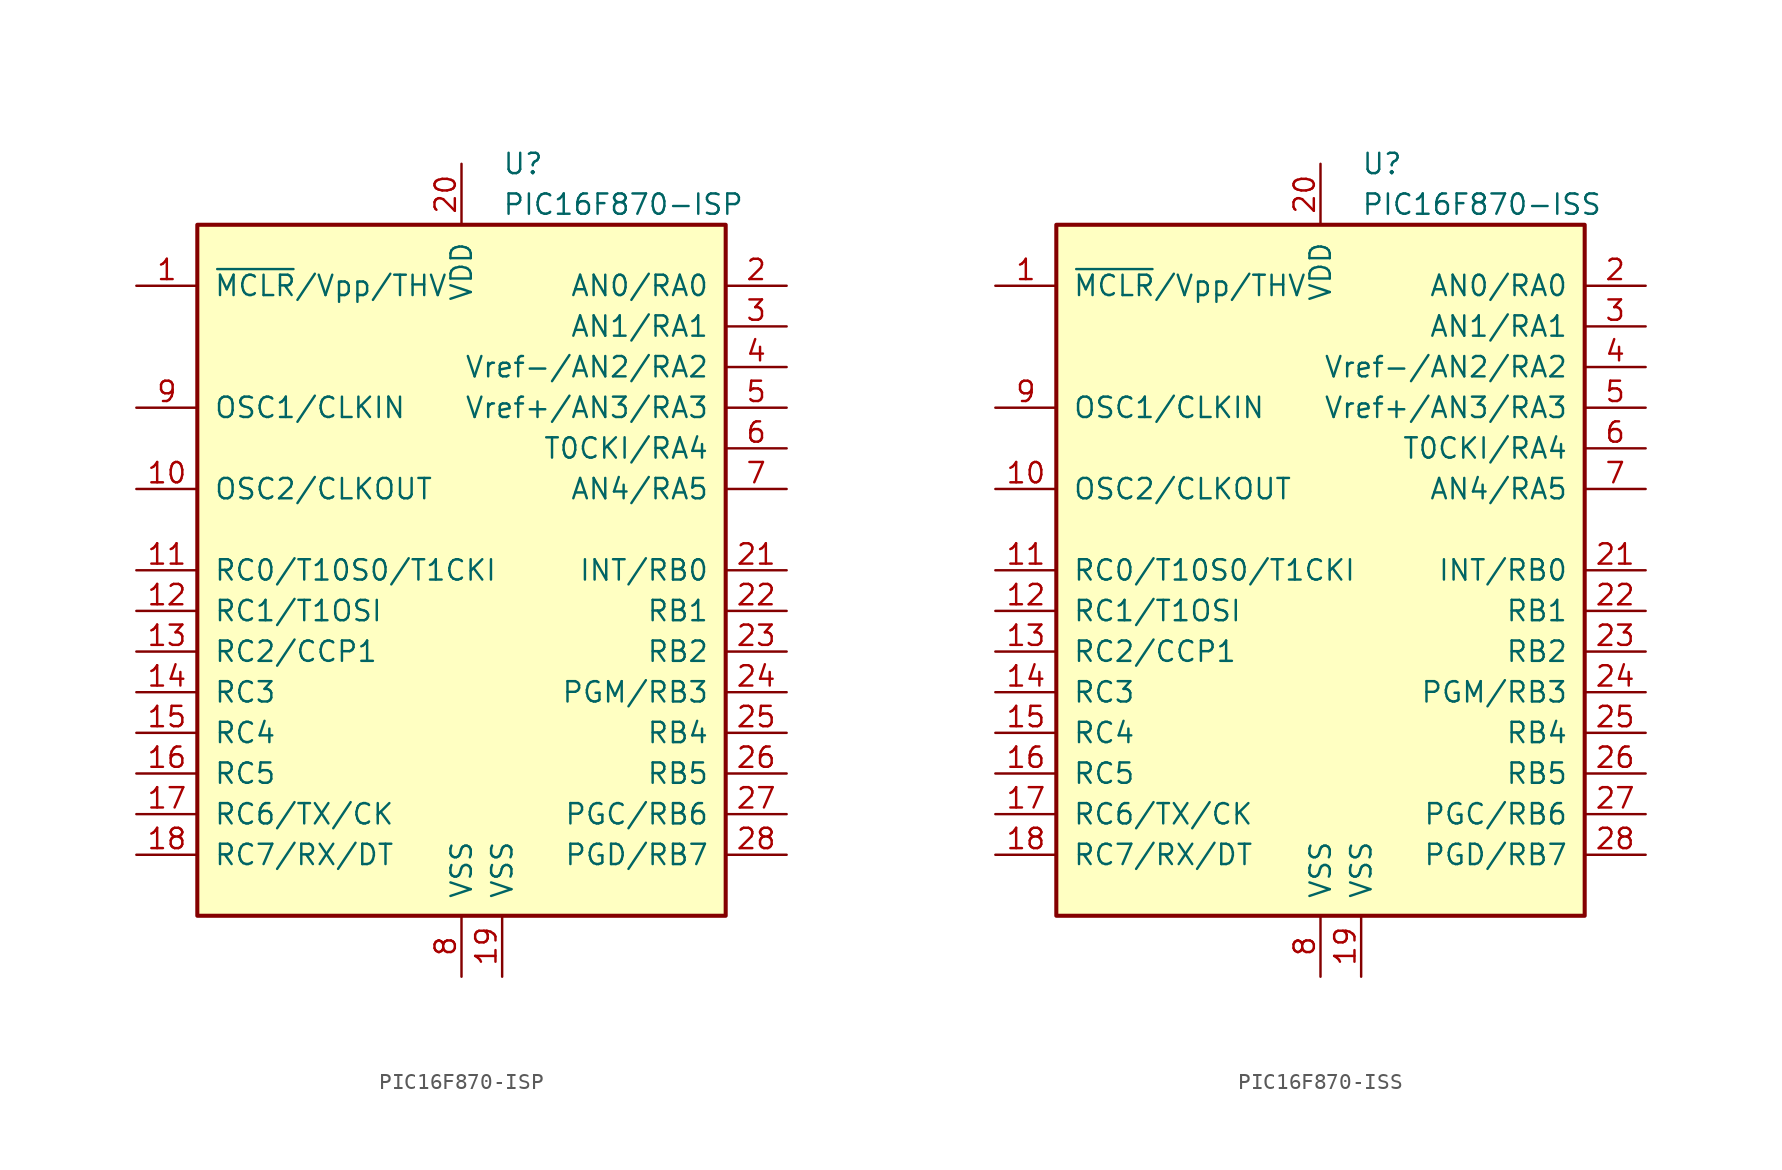
<source format=kicad_sym>
(kicad_symbol_lib
  (version 20241209)
  (generator "kicad_symbol_editor")
  (generator_version "9.0")
  (symbol "PIC16F870-ISP"
    (pin_names
      (offset 1.016))
    (property "Reference" "U"
      (at 2.54 25.4 0)
      (effects (font (size 1.27 1.27)) (justify left)))
    (property "Value" "PIC16F870-ISP"
      (at 2.54 22.86 0)
      (effects (font (size 1.27 1.27)) (justify left)))
    (symbol "PIC16F870-ISP_0_1"
      (rectangle (start -16.51 -21.59) (end 16.51 21.59) (stroke (width 0.254) (type default)) (fill (type background))))
    (symbol "PIC16F870-ISP_1_1"
      (pin input line (at -20.32 17.78 0) (length 3.81) (name "~{MCLR}/Vpp/THV" (effects (font (size 1.27 1.27)))) (number "1" (effects (font (size 1.27 1.27)))))
      (pin input line (at -20.32 10.16 0) (length 3.81) (name "OSC1/CLKIN" (effects (font (size 1.27 1.27)))) (number "9" (effects (font (size 1.27 1.27)))))
      (pin output line (at -20.32 5.08 0) (length 3.81) (name "OSC2/CLKOUT" (effects (font (size 1.27 1.27)))) (number "10" (effects (font (size 1.27 1.27)))))
      (pin bidirectional line (at -20.32 0 0) (length 3.81) (name "RC0/T10S0/T1CKI" (effects (font (size 1.27 1.27)))) (number "11" (effects (font (size 1.27 1.27)))))
      (pin bidirectional line (at -20.32 -2.54 0) (length 3.81) (name "RC1/T1OSI" (effects (font (size 1.27 1.27)))) (number "12" (effects (font (size 1.27 1.27)))))
      (pin bidirectional line (at -20.32 -5.08 0) (length 3.81) (name "RC2/CCP1" (effects (font (size 1.27 1.27)))) (number "13" (effects (font (size 1.27 1.27)))))
      (pin bidirectional line (at -20.32 -7.62 0) (length 3.81) (name "RC3" (effects (font (size 1.27 1.27)))) (number "14" (effects (font (size 1.27 1.27)))))
      (pin bidirectional line (at -20.32 -10.16 0) (length 3.81) (name "RC4" (effects (font (size 1.27 1.27)))) (number "15" (effects (font (size 1.27 1.27)))))
      (pin bidirectional line (at -20.32 -12.7 0) (length 3.81) (name "RC5" (effects (font (size 1.27 1.27)))) (number "16" (effects (font (size 1.27 1.27)))))
      (pin bidirectional line (at -20.32 -15.24 0) (length 3.81) (name "RC6/TX/CK" (effects (font (size 1.27 1.27)))) (number "17" (effects (font (size 1.27 1.27)))))
      (pin bidirectional line (at -20.32 -17.78 0) (length 3.81) (name "RC7/RX/DT" (effects (font (size 1.27 1.27)))) (number "18" (effects (font (size 1.27 1.27)))))
      (pin power_in line (at 0 25.4 270) (length 3.81) (name "VDD" (effects (font (size 1.27 1.27)))) (number "20" (effects (font (size 1.27 1.27)))))
      (pin power_in line (at 0 -25.4 90) (length 3.81) (name "VSS" (effects (font (size 1.27 1.27)))) (number "8" (effects (font (size 1.27 1.27)))))
      (pin power_in line (at 2.54 -25.4 90) (length 3.81) (name "VSS" (effects (font (size 1.27 1.27)))) (number "19" (effects (font (size 1.27 1.27)))))
      (pin bidirectional line (at 20.32 17.78 180) (length 3.81) (name "AN0/RA0" (effects (font (size 1.27 1.27)))) (number "2" (effects (font (size 1.27 1.27)))))
      (pin bidirectional line (at 20.32 15.24 180) (length 3.81) (name "AN1/RA1" (effects (font (size 1.27 1.27)))) (number "3" (effects (font (size 1.27 1.27)))))
      (pin bidirectional line (at 20.32 12.7 180) (length 3.81) (name "Vref-/AN2/RA2" (effects (font (size 1.27 1.27)))) (number "4" (effects (font (size 1.27 1.27)))))
      (pin bidirectional line (at 20.32 10.16 180) (length 3.81) (name "Vref+/AN3/RA3" (effects (font (size 1.27 1.27)))) (number "5" (effects (font (size 1.27 1.27)))))
      (pin bidirectional line (at 20.32 7.62 180) (length 3.81) (name "T0CKI/RA4" (effects (font (size 1.27 1.27)))) (number "6" (effects (font (size 1.27 1.27)))))
      (pin bidirectional line (at 20.32 5.08 180) (length 3.81) (name "AN4/RA5" (effects (font (size 1.27 1.27)))) (number "7" (effects (font (size 1.27 1.27)))))
      (pin bidirectional line (at 20.32 0 180) (length 3.81) (name "INT/RB0" (effects (font (size 1.27 1.27)))) (number "21" (effects (font (size 1.27 1.27)))))
      (pin bidirectional line (at 20.32 -2.54 180) (length 3.81) (name "RB1" (effects (font (size 1.27 1.27)))) (number "22" (effects (font (size 1.27 1.27)))))
      (pin bidirectional line (at 20.32 -5.08 180) (length 3.81) (name "RB2" (effects (font (size 1.27 1.27)))) (number "23" (effects (font (size 1.27 1.27)))))
      (pin bidirectional line (at 20.32 -7.62 180) (length 3.81) (name "PGM/RB3" (effects (font (size 1.27 1.27)))) (number "24" (effects (font (size 1.27 1.27)))))
      (pin bidirectional line (at 20.32 -10.16 180) (length 3.81) (name "RB4" (effects (font (size 1.27 1.27)))) (number "25" (effects (font (size 1.27 1.27)))))
      (pin bidirectional line (at 20.32 -12.7 180) (length 3.81) (name "RB5" (effects (font (size 1.27 1.27)))) (number "26" (effects (font (size 1.27 1.27)))))
      (pin bidirectional line (at 20.32 -15.24 180) (length 3.81) (name "PGC/RB6" (effects (font (size 1.27 1.27)))) (number "27" (effects (font (size 1.27 1.27)))))
      (pin bidirectional line (at 20.32 -17.78 180) (length 3.81) (name "PGD/RB7" (effects (font (size 1.27 1.27)))) (number "28" (effects (font (size 1.27 1.27)))))))
  (symbol "PIC16F870-ISS"
    (pin_names
      (offset 1.016))
    (property "Reference" "U"
      (at 2.54 25.4 0)
      (effects (font (size 1.27 1.27)) (justify left)))
    (property "Value" "PIC16F870-ISS"
      (at 2.54 22.86 0)
      (effects (font (size 1.27 1.27)) (justify left)))
    (symbol "PIC16F870-ISS_0_1"
      (rectangle (start -16.51 -21.59) (end 16.51 21.59) (stroke (width 0.254) (type default)) (fill (type background))))
    (symbol "PIC16F870-ISS_1_1"
      (pin input line (at -20.32 17.78 0) (length 3.81) (name "~{MCLR}/Vpp/THV" (effects (font (size 1.27 1.27)))) (number "1" (effects (font (size 1.27 1.27)))))
      (pin input line (at -20.32 10.16 0) (length 3.81) (name "OSC1/CLKIN" (effects (font (size 1.27 1.27)))) (number "9" (effects (font (size 1.27 1.27)))))
      (pin output line (at -20.32 5.08 0) (length 3.81) (name "OSC2/CLKOUT" (effects (font (size 1.27 1.27)))) (number "10" (effects (font (size 1.27 1.27)))))
      (pin bidirectional line (at -20.32 0 0) (length 3.81) (name "RC0/T10S0/T1CKI" (effects (font (size 1.27 1.27)))) (number "11" (effects (font (size 1.27 1.27)))))
      (pin bidirectional line (at -20.32 -2.54 0) (length 3.81) (name "RC1/T1OSI" (effects (font (size 1.27 1.27)))) (number "12" (effects (font (size 1.27 1.27)))))
      (pin bidirectional line (at -20.32 -5.08 0) (length 3.81) (name "RC2/CCP1" (effects (font (size 1.27 1.27)))) (number "13" (effects (font (size 1.27 1.27)))))
      (pin bidirectional line (at -20.32 -7.62 0) (length 3.81) (name "RC3" (effects (font (size 1.27 1.27)))) (number "14" (effects (font (size 1.27 1.27)))))
      (pin bidirectional line (at -20.32 -10.16 0) (length 3.81) (name "RC4" (effects (font (size 1.27 1.27)))) (number "15" (effects (font (size 1.27 1.27)))))
      (pin bidirectional line (at -20.32 -12.7 0) (length 3.81) (name "RC5" (effects (font (size 1.27 1.27)))) (number "16" (effects (font (size 1.27 1.27)))))
      (pin bidirectional line (at -20.32 -15.24 0) (length 3.81) (name "RC6/TX/CK" (effects (font (size 1.27 1.27)))) (number "17" (effects (font (size 1.27 1.27)))))
      (pin bidirectional line (at -20.32 -17.78 0) (length 3.81) (name "RC7/RX/DT" (effects (font (size 1.27 1.27)))) (number "18" (effects (font (size 1.27 1.27)))))
      (pin power_in line (at 0 25.4 270) (length 3.81) (name "VDD" (effects (font (size 1.27 1.27)))) (number "20" (effects (font (size 1.27 1.27)))))
      (pin power_in line (at 0 -25.4 90) (length 3.81) (name "VSS" (effects (font (size 1.27 1.27)))) (number "8" (effects (font (size 1.27 1.27)))))
      (pin power_in line (at 2.54 -25.4 90) (length 3.81) (name "VSS" (effects (font (size 1.27 1.27)))) (number "19" (effects (font (size 1.27 1.27)))))
      (pin bidirectional line (at 20.32 17.78 180) (length 3.81) (name "AN0/RA0" (effects (font (size 1.27 1.27)))) (number "2" (effects (font (size 1.27 1.27)))))
      (pin bidirectional line (at 20.32 15.24 180) (length 3.81) (name "AN1/RA1" (effects (font (size 1.27 1.27)))) (number "3" (effects (font (size 1.27 1.27)))))
      (pin bidirectional line (at 20.32 12.7 180) (length 3.81) (name "Vref-/AN2/RA2" (effects (font (size 1.27 1.27)))) (number "4" (effects (font (size 1.27 1.27)))))
      (pin bidirectional line (at 20.32 10.16 180) (length 3.81) (name "Vref+/AN3/RA3" (effects (font (size 1.27 1.27)))) (number "5" (effects (font (size 1.27 1.27)))))
      (pin bidirectional line (at 20.32 7.62 180) (length 3.81) (name "T0CKI/RA4" (effects (font (size 1.27 1.27)))) (number "6" (effects (font (size 1.27 1.27)))))
      (pin bidirectional line (at 20.32 5.08 180) (length 3.81) (name "AN4/RA5" (effects (font (size 1.27 1.27)))) (number "7" (effects (font (size 1.27 1.27)))))
      (pin bidirectional line (at 20.32 0 180) (length 3.81) (name "INT/RB0" (effects (font (size 1.27 1.27)))) (number "21" (effects (font (size 1.27 1.27)))))
      (pin bidirectional line (at 20.32 -2.54 180) (length 3.81) (name "RB1" (effects (font (size 1.27 1.27)))) (number "22" (effects (font (size 1.27 1.27)))))
      (pin bidirectional line (at 20.32 -5.08 180) (length 3.81) (name "RB2" (effects (font (size 1.27 1.27)))) (number "23" (effects (font (size 1.27 1.27)))))
      (pin bidirectional line (at 20.32 -7.62 180) (length 3.81) (name "PGM/RB3" (effects (font (size 1.27 1.27)))) (number "24" (effects (font (size 1.27 1.27)))))
      (pin bidirectional line (at 20.32 -10.16 180) (length 3.81) (name "RB4" (effects (font (size 1.27 1.27)))) (number "25" (effects (font (size 1.27 1.27)))))
      (pin bidirectional line (at 20.32 -12.7 180) (length 3.81) (name "RB5" (effects (font (size 1.27 1.27)))) (number "26" (effects (font (size 1.27 1.27)))))
      (pin bidirectional line (at 20.32 -15.24 180) (length 3.81) (name "PGC/RB6" (effects (font (size 1.27 1.27)))) (number "27" (effects (font (size 1.27 1.27)))))
      (pin bidirectional line (at 20.32 -17.78 180) (length 3.81) (name "PGD/RB7" (effects (font (size 1.27 1.27)))) (number "28" (effects (font (size 1.27 1.27))))))))
</source>
